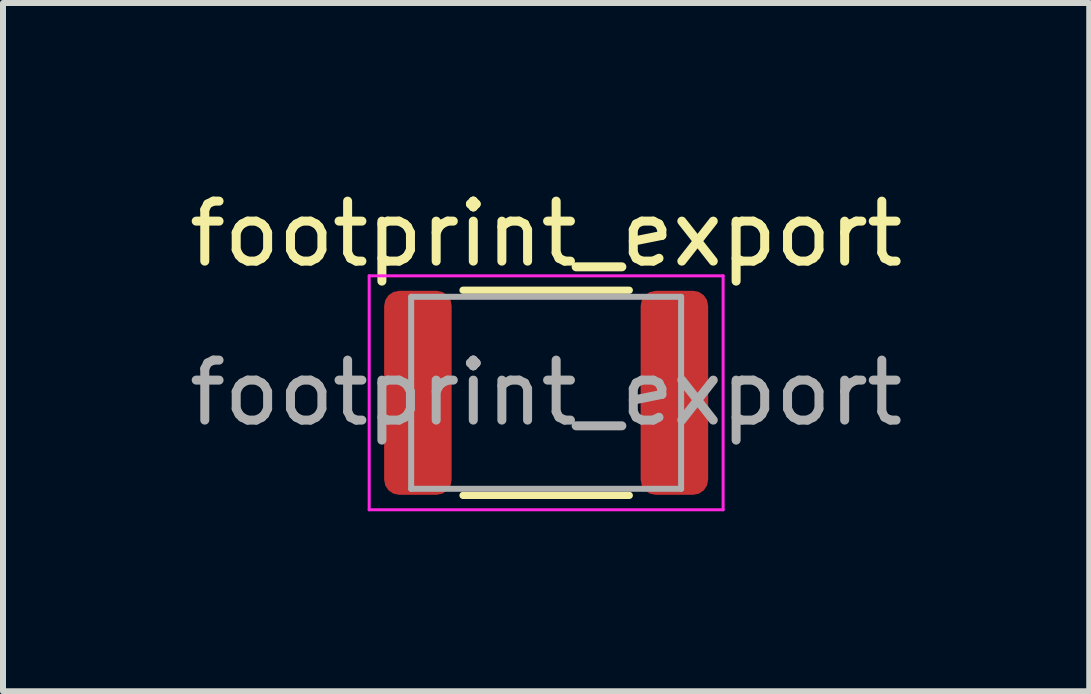
<source format=kicad_pcb>
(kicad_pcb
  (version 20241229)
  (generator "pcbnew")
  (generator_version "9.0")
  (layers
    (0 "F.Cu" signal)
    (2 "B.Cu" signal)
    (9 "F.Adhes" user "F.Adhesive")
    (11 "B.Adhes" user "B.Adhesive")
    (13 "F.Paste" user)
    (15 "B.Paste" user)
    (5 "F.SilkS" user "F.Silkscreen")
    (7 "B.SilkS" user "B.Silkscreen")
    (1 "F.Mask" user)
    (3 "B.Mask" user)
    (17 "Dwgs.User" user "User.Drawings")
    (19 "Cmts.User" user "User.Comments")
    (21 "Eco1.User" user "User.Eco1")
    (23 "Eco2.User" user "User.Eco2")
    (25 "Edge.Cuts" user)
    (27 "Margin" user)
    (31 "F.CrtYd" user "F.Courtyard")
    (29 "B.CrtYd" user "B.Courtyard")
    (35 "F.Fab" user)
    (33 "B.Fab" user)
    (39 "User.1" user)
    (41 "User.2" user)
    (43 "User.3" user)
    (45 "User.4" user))
  (footprint "footprint_export"
    (layer "F.Cu")
    (at 6.054 3.498)
    (property "Reference" "footprint_export" (at 0 -2.65 0) (layer "F.SilkS") (effects (font (size 1 1) (thickness 0.15))))
    (attr smd)
    (fp_line (start -1.386 -1.71) (end 1.386 -1.71) (stroke (width 0.12) (type solid)) (layer "F.SilkS"))
    (fp_line (start -1.386 1.71) (end 1.386 1.71) (stroke (width 0.12) (type solid)) (layer "F.SilkS"))
    (fp_line (start -2.95 -1.95) (end 2.95 -1.95) (stroke (width 0.05) (type solid)) (layer "F.CrtYd"))
    (fp_line (start -2.95 1.95) (end -2.95 -1.95) (stroke (width 0.05) (type solid)) (layer "F.CrtYd"))
    (fp_line (start 2.95 -1.95) (end 2.95 1.95) (stroke (width 0.05) (type solid)) (layer "F.CrtYd"))
    (fp_line (start 2.95 1.95) (end -2.95 1.95) (stroke (width 0.05) (type solid)) (layer "F.CrtYd"))
    (fp_line (start -2.25 -1.6) (end 2.25 -1.6) (stroke (width 0.1) (type solid)) (layer "F.Fab"))
    (fp_line (start -2.25 1.6) (end -2.25 -1.6) (stroke (width 0.1) (type solid)) (layer "F.Fab"))
    (fp_line (start 2.25 -1.6) (end 2.25 1.6) (stroke (width 0.1) (type solid)) (layer "F.Fab"))
    (fp_line (start 2.25 1.6) (end -2.25 1.6) (stroke (width 0.1) (type solid)) (layer "F.Fab"))
    (fp_text user "${REFERENCE}" (at 0 0 0) (layer "F.Fab") (effects (font (size 1 1) (thickness 0.15))))
    (pad "1" smd roundrect (at -2.138 0) (size 1.125 3.4) (layers "F.Cu" "F.Mask" "F.Paste") (roundrect_rratio 0.222))
    (pad "2" smd roundrect (at 2.138 0) (size 1.125 3.4) (layers "F.Cu" "F.Mask" "F.Paste") (roundrect_rratio 0.222)))
  (gr_rect
    (start -3 -3)
    (end 15.107 8.473)
    (stroke (width 0.1) (type default))
    (fill no)
    (layer "Edge.Cuts")))
</source>
